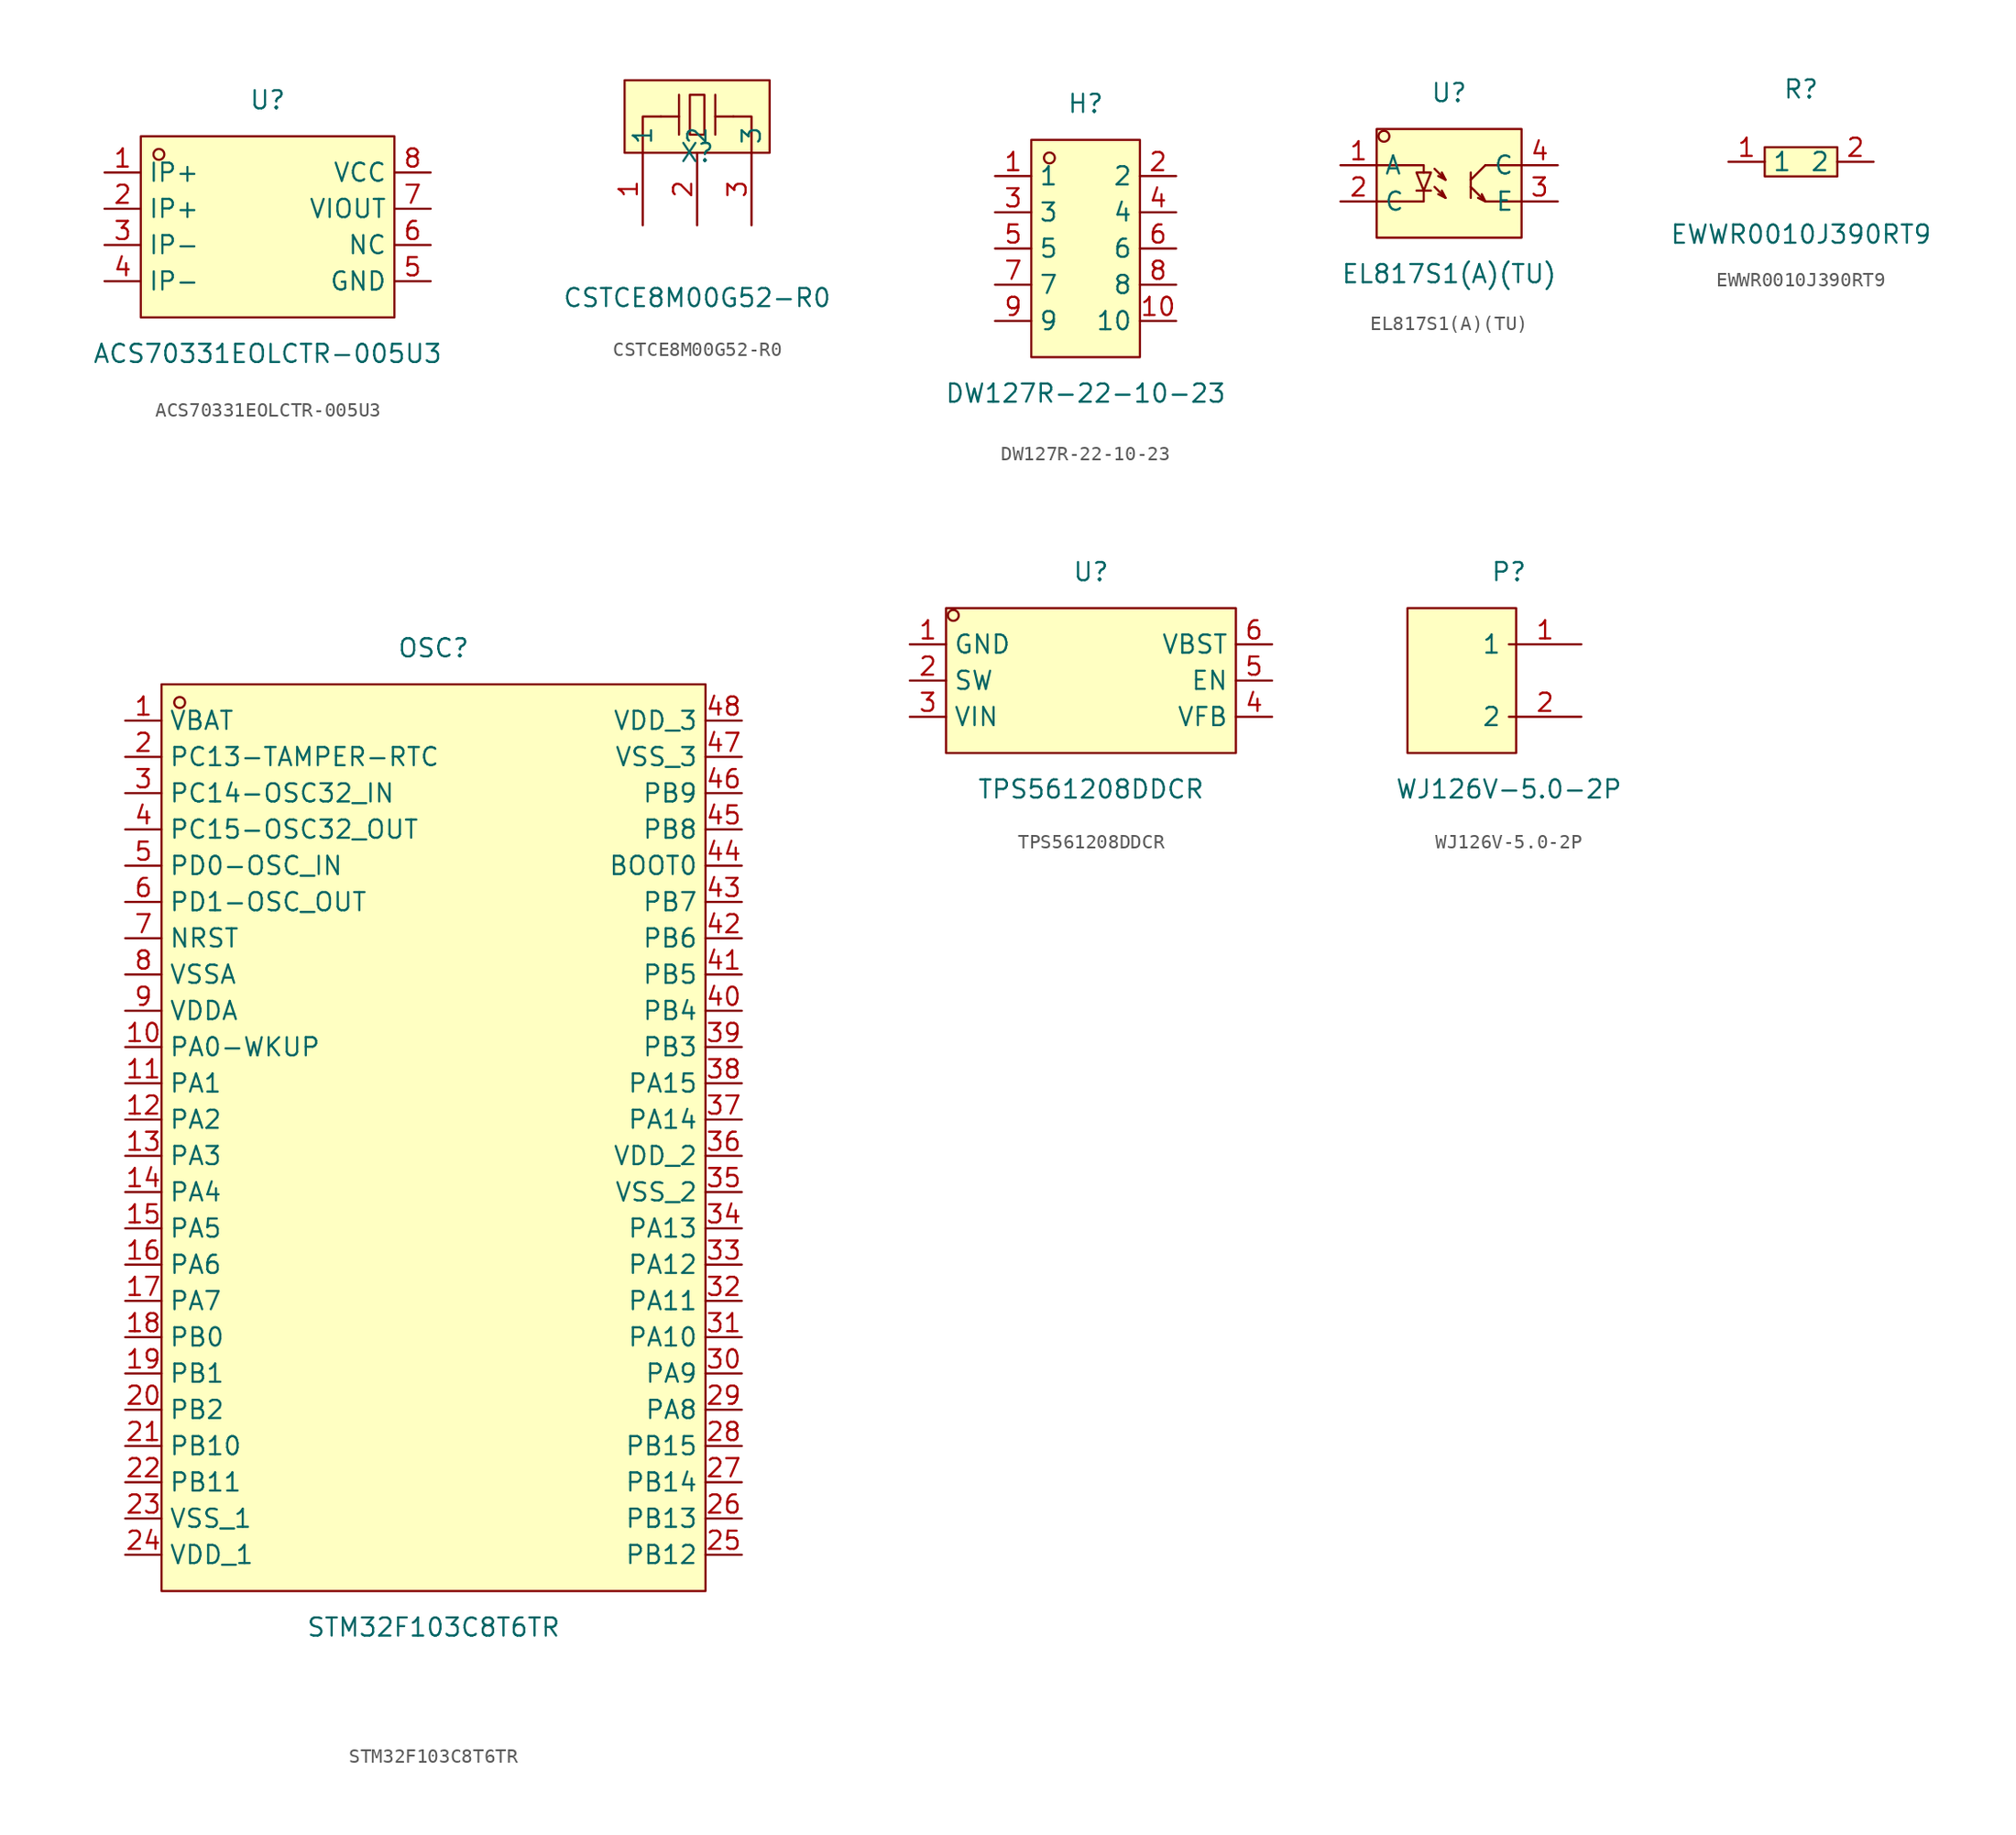
<source format=kicad_sym>
(kicad_symbol_lib
  (version 20211014)
  (generator https://github.com/uPesy/easyeda2kicad.py)
  (symbol "ACS70331EOLCTR-005U3"
    (property "Reference" "U"
      (at 0 8.89 0)
      (effects (font (size 1.27 1.27))))
    (property "Value" "ACS70331EOLCTR-005U3"
      (at 0 -8.89 0)
      (effects (font (size 1.27 1.27))))
    (symbol "ACS70331EOLCTR-005U3_0_1"
      (rectangle (start -8.89 6.35) (end 8.89 -6.35) (stroke (width 0) (type default) (color 0 0 0 0)) (fill (type background)))
      (circle (center -7.62 5.08) (radius 0.38) (stroke (width 0) (type default) (color 0 0 0 0)) (fill (type none)))
      (pin unspecified line (at -11.43 3.81 0) (length 2.54) (name "IP+" (effects (font (size 1.27 1.27)))) (number "1" (effects (font (size 1.27 1.27)))))
      (pin unspecified line (at -11.43 1.27 0) (length 2.54) (name "IP+" (effects (font (size 1.27 1.27)))) (number "2" (effects (font (size 1.27 1.27)))))
      (pin unspecified line (at -11.43 -1.27 0) (length 2.54) (name "IP-" (effects (font (size 1.27 1.27)))) (number "3" (effects (font (size 1.27 1.27)))))
      (pin unspecified line (at -11.43 -3.81 0) (length 2.54) (name "IP-" (effects (font (size 1.27 1.27)))) (number "4" (effects (font (size 1.27 1.27)))))
      (pin unspecified line (at 11.43 -3.81 180) (length 2.54) (name "GND" (effects (font (size 1.27 1.27)))) (number "5" (effects (font (size 1.27 1.27)))))
      (pin unspecified line (at 11.43 -1.27 180) (length 2.54) (name "NC" (effects (font (size 1.27 1.27)))) (number "6" (effects (font (size 1.27 1.27)))))
      (pin unspecified line (at 11.43 1.27 180) (length 2.54) (name "VIOUT" (effects (font (size 1.27 1.27)))) (number "7" (effects (font (size 1.27 1.27)))))
      (pin unspecified line (at 11.43 3.81 180) (length 2.54) (name "VCC" (effects (font (size 1.27 1.27)))) (number "8" (effects (font (size 1.27 1.27)))))))
  (symbol "CSTCE8M00G52-R0"
    (property "Reference" "X"
      (at 0 0.00 0)
      (effects (font (size 1.27 1.27))))
    (property "Value" "CSTCE8M00G52-R0"
      (at 0 -10.16 0)
      (effects (font (size 1.27 1.27))))
    (symbol "CSTCE8M00G52-R0_0_1"
      (rectangle (start -5.08 5.08) (end 5.08 0.00) (stroke (width 0) (type default) (color 0 0 0 0)) (fill (type background)))
      (polyline (pts (xy 0.51 1.27) (xy 0.00 1.27) (xy -0.51 1.27) (xy -0.51 4.06) (xy 0.51 4.06) (xy 0.51 1.27)) (stroke (width 0) (type default) (color 0 0 0 0)) (fill (type background)))
      (polyline (pts (xy 1.27 1.27) (xy 1.27 4.06)) (stroke (width 0) (type default) (color 0 0 0 0)) (fill (type none)))
      (polyline (pts (xy -1.27 1.27) (xy -1.27 4.06)) (stroke (width 0) (type default) (color 0 0 0 0)) (fill (type none)))
      (polyline (pts (xy -1.27 2.54) (xy -2.54 2.54)) (stroke (width 0) (type default) (color 0 0 0 0)) (fill (type none)))
      (polyline (pts (xy 1.27 2.54) (xy 2.54 2.54)) (stroke (width 0) (type default) (color 0 0 0 0)) (fill (type none)))
      (polyline (pts (xy -2.54 2.54) (xy -3.81 2.54) (xy -3.81 -0.00)) (stroke (width 0) (type default) (color 0 0 0 0)) (fill (type none)))
      (polyline (pts (xy 2.54 2.54) (xy 3.81 2.54) (xy 3.81 -0.00)) (stroke (width 0) (type default) (color 0 0 0 0)) (fill (type none)))
      (pin unspecified line (at -3.81 -5.08 90) (length 5.08) (name "1" (effects (font (size 1.27 1.27)))) (number "1" (effects (font (size 1.27 1.27)))))
      (pin unspecified line (at 0.00 -5.08 90) (length 5.08) (name "2" (effects (font (size 1.27 1.27)))) (number "2" (effects (font (size 1.27 1.27)))))
      (pin unspecified line (at 3.81 -5.08 90) (length 5.08) (name "3" (effects (font (size 1.27 1.27)))) (number "3" (effects (font (size 1.27 1.27)))))))
  (symbol "DW127R-22-10-23"
    (property "Reference" "H"
      (at 0 10.16 0)
      (effects (font (size 1.27 1.27))))
    (property "Value" "DW127R-22-10-23"
      (at 0 -10.16 0)
      (effects (font (size 1.27 1.27))))
    (symbol "DW127R-22-10-23_0_1"
      (rectangle (start -3.81 7.62) (end 3.81 -7.62) (stroke (width 0) (type default) (color 0 0 0 0)) (fill (type background)))
      (circle (center -2.54 6.35) (radius 0.38) (stroke (width 0) (type default) (color 0 0 0 0)) (fill (type none)))
      (pin unspecified line (at -6.35 5.08 0) (length 2.54) (name "1" (effects (font (size 1.27 1.27)))) (number "1" (effects (font (size 1.27 1.27)))))
      (pin unspecified line (at 6.35 -5.08 180) (length 2.54) (name "10" (effects (font (size 1.27 1.27)))) (number "10" (effects (font (size 1.27 1.27)))))
      (pin unspecified line (at -6.35 2.54 0) (length 2.54) (name "3" (effects (font (size 1.27 1.27)))) (number "3" (effects (font (size 1.27 1.27)))))
      (pin unspecified line (at 6.35 -2.54 180) (length 2.54) (name "8" (effects (font (size 1.27 1.27)))) (number "8" (effects (font (size 1.27 1.27)))))
      (pin unspecified line (at -6.35 -0.00 0) (length 2.54) (name "5" (effects (font (size 1.27 1.27)))) (number "5" (effects (font (size 1.27 1.27)))))
      (pin unspecified line (at 6.35 -0.00 180) (length 2.54) (name "6" (effects (font (size 1.27 1.27)))) (number "6" (effects (font (size 1.27 1.27)))))
      (pin unspecified line (at -6.35 -2.54 0) (length 2.54) (name "7" (effects (font (size 1.27 1.27)))) (number "7" (effects (font (size 1.27 1.27)))))
      (pin unspecified line (at 6.35 2.54 180) (length 2.54) (name "4" (effects (font (size 1.27 1.27)))) (number "4" (effects (font (size 1.27 1.27)))))
      (pin unspecified line (at -6.35 -5.08 0) (length 2.54) (name "9" (effects (font (size 1.27 1.27)))) (number "9" (effects (font (size 1.27 1.27)))))
      (pin unspecified line (at 6.35 5.08 180) (length 2.54) (name "2" (effects (font (size 1.27 1.27)))) (number "2" (effects (font (size 1.27 1.27)))))))
  (symbol "EL817S1(A)(TU)"
    (property "Reference" "U"
      (at 0 5.08 0)
      (effects (font (size 1.27 1.27))))
    (property "Value" "EL817S1(A)(TU)"
      (at 0 -7.62 0)
      (effects (font (size 1.27 1.27))))
    (symbol "EL817S1(A)(TU)_0_1"
      (rectangle (start -5.08 2.54) (end 5.08 -5.08) (stroke (width 0) (type default) (color 0 0 0 0)) (fill (type background)))
      (circle (center -4.57 2.03) (radius 0.38) (stroke (width 0) (type default) (color 0 0 0 0)) (fill (type none)))
      (polyline (pts (xy 1.52 -0.51) (xy 1.52 -2.29)) (stroke (width 0) (type default) (color 0 0 0 0)) (fill (type none)))
      (polyline (pts (xy 1.52 -1.02) (xy 2.54 -0.00)) (stroke (width 0) (type default) (color 0 0 0 0)) (fill (type none)))
      (polyline (pts (xy 1.78 -1.78) (xy 2.54 -2.54) (xy 2.29 -2.03)) (stroke (width 0) (type default) (color 0 0 0 0)) (fill (type none)))
      (polyline (pts (xy 2.54 -2.54) (xy 2.03 -2.29)) (stroke (width 0) (type default) (color 0 0 0 0)) (fill (type none)))
      (polyline (pts (xy -2.29 -0.51) (xy -1.27 -0.51) (xy -1.78 -1.78) (xy -2.29 -0.51)) (stroke (width 0) (type default) (color 0 0 0 0)) (fill (type background)))
      (polyline (pts (xy -2.29 -1.78) (xy -1.27 -1.78)) (stroke (width 0) (type default) (color 0 0 0 0)) (fill (type none)))
      (polyline (pts (xy -5.08 -0.00) (xy -1.78 -0.00) (xy -1.78 -0.51)) (stroke (width 0) (type default) (color 0 0 0 0)) (fill (type none)))
      (polyline (pts (xy -5.08 -2.54) (xy -1.78 -2.54) (xy -1.78 -1.78)) (stroke (width 0) (type default) (color 0 0 0 0)) (fill (type none)))
      (polyline (pts (xy 5.08 -0.00) (xy 2.54 -0.00)) (stroke (width 0) (type default) (color 0 0 0 0)) (fill (type none)))
      (polyline (pts (xy 5.08 -2.54) (xy 2.54 -2.54)) (stroke (width 0) (type default) (color 0 0 0 0)) (fill (type none)))
      (polyline (pts (xy 1.78 -1.78) (xy 1.52 -1.52)) (stroke (width 0) (type default) (color 0 0 0 0)) (fill (type none)))
      (polyline (pts (xy -1.02 -0.25) (xy -0.25 -1.02) (xy -0.51 -0.51)) (stroke (width 0) (type default) (color 0 0 0 0)) (fill (type none)))
      (polyline (pts (xy -0.25 -1.02) (xy -0.76 -0.76)) (stroke (width 0) (type default) (color 0 0 0 0)) (fill (type none)))
      (polyline (pts (xy -1.02 -1.52) (xy -0.25 -2.29) (xy -0.51 -1.78)) (stroke (width 0) (type default) (color 0 0 0 0)) (fill (type none)))
      (polyline (pts (xy -0.25 -2.29) (xy -0.76 -2.03)) (stroke (width 0) (type default) (color 0 0 0 0)) (fill (type none)))
      (pin unspecified line (at -7.62 -0.00 0) (length 2.54) (name "A" (effects (font (size 1.27 1.27)))) (number "1" (effects (font (size 1.27 1.27)))))
      (pin unspecified line (at -7.62 -2.54 0) (length 2.54) (name "C" (effects (font (size 1.27 1.27)))) (number "2" (effects (font (size 1.27 1.27)))))
      (pin unspecified line (at 7.62 -2.54 180) (length 2.54) (name "E" (effects (font (size 1.27 1.27)))) (number "3" (effects (font (size 1.27 1.27)))))
      (pin unspecified line (at 7.62 -0.00 180) (length 2.54) (name "C" (effects (font (size 1.27 1.27)))) (number "4" (effects (font (size 1.27 1.27)))))))
  (symbol "EWWR0010J390RT9"
    (property "Reference" "R"
      (at 0 5.08 0)
      (effects (font (size 1.27 1.27))))
    (property "Value" "EWWR0010J390RT9"
      (at 0 -5.08 0)
      (effects (font (size 1.27 1.27))))
    (symbol "EWWR0010J390RT9_0_1"
      (rectangle (start -2.54 1.02) (end 2.54 -1.02) (stroke (width 0) (type default) (color 0 0 0 0)) (fill (type background)))
      (pin unspecified line (at 5.08 -0.00 180) (length 2.54) (name "2" (effects (font (size 1.27 1.27)))) (number "2" (effects (font (size 1.27 1.27)))))
      (pin unspecified line (at -5.08 -0.00 0) (length 2.54) (name "1" (effects (font (size 1.27 1.27)))) (number "1" (effects (font (size 1.27 1.27)))))))
  (symbol "STM32F103C8T6TR"
    (property "Reference" "OSC"
      (at 0 34.29 0)
      (effects (font (size 1.27 1.27))))
    (property "Value" "STM32F103C8T6TR"
      (at 0 -34.29 0)
      (effects (font (size 1.27 1.27))))
    (symbol "STM32F103C8T6TR_0_1"
      (rectangle (start -19.05 31.75) (end 19.05 -31.75) (stroke (width 0) (type default) (color 0 0 0 0)) (fill (type background)))
      (circle (center -17.78 30.48) (radius 0.38) (stroke (width 0) (type default) (color 0 0 0 0)) (fill (type none)))
      (pin unspecified line (at -21.59 29.21 0) (length 2.54) (name "VBAT" (effects (font (size 1.27 1.27)))) (number "1" (effects (font (size 1.27 1.27)))))
      (pin unspecified line (at -21.59 26.67 0) (length 2.54) (name "PC13-TAMPER-RTC" (effects (font (size 1.27 1.27)))) (number "2" (effects (font (size 1.27 1.27)))))
      (pin unspecified line (at -21.59 24.13 0) (length 2.54) (name "PC14-OSC32_IN" (effects (font (size 1.27 1.27)))) (number "3" (effects (font (size 1.27 1.27)))))
      (pin unspecified line (at -21.59 21.59 0) (length 2.54) (name "PC15-OSC32_OUT" (effects (font (size 1.27 1.27)))) (number "4" (effects (font (size 1.27 1.27)))))
      (pin unspecified line (at -21.59 19.05 0) (length 2.54) (name "PD0-OSC_IN" (effects (font (size 1.27 1.27)))) (number "5" (effects (font (size 1.27 1.27)))))
      (pin unspecified line (at -21.59 16.51 0) (length 2.54) (name "PD1-OSC_OUT" (effects (font (size 1.27 1.27)))) (number "6" (effects (font (size 1.27 1.27)))))
      (pin unspecified line (at -21.59 13.97 0) (length 2.54) (name "NRST" (effects (font (size 1.27 1.27)))) (number "7" (effects (font (size 1.27 1.27)))))
      (pin unspecified line (at -21.59 11.43 0) (length 2.54) (name "VSSA" (effects (font (size 1.27 1.27)))) (number "8" (effects (font (size 1.27 1.27)))))
      (pin unspecified line (at -21.59 8.89 0) (length 2.54) (name "VDDA" (effects (font (size 1.27 1.27)))) (number "9" (effects (font (size 1.27 1.27)))))
      (pin unspecified line (at -21.59 6.35 0) (length 2.54) (name "PA0-WKUP" (effects (font (size 1.27 1.27)))) (number "10" (effects (font (size 1.27 1.27)))))
      (pin unspecified line (at -21.59 3.81 0) (length 2.54) (name "PA1" (effects (font (size 1.27 1.27)))) (number "11" (effects (font (size 1.27 1.27)))))
      (pin unspecified line (at -21.59 1.27 0) (length 2.54) (name "PA2" (effects (font (size 1.27 1.27)))) (number "12" (effects (font (size 1.27 1.27)))))
      (pin unspecified line (at -21.59 -1.27 0) (length 2.54) (name "PA3" (effects (font (size 1.27 1.27)))) (number "13" (effects (font (size 1.27 1.27)))))
      (pin unspecified line (at -21.59 -3.81 0) (length 2.54) (name "PA4" (effects (font (size 1.27 1.27)))) (number "14" (effects (font (size 1.27 1.27)))))
      (pin unspecified line (at -21.59 -6.35 0) (length 2.54) (name "PA5" (effects (font (size 1.27 1.27)))) (number "15" (effects (font (size 1.27 1.27)))))
      (pin unspecified line (at -21.59 -8.89 0) (length 2.54) (name "PA6" (effects (font (size 1.27 1.27)))) (number "16" (effects (font (size 1.27 1.27)))))
      (pin unspecified line (at -21.59 -11.43 0) (length 2.54) (name "PA7" (effects (font (size 1.27 1.27)))) (number "17" (effects (font (size 1.27 1.27)))))
      (pin unspecified line (at -21.59 -13.97 0) (length 2.54) (name "PB0" (effects (font (size 1.27 1.27)))) (number "18" (effects (font (size 1.27 1.27)))))
      (pin unspecified line (at -21.59 -16.51 0) (length 2.54) (name "PB1" (effects (font (size 1.27 1.27)))) (number "19" (effects (font (size 1.27 1.27)))))
      (pin unspecified line (at -21.59 -19.05 0) (length 2.54) (name "PB2" (effects (font (size 1.27 1.27)))) (number "20" (effects (font (size 1.27 1.27)))))
      (pin unspecified line (at -21.59 -21.59 0) (length 2.54) (name "PB10" (effects (font (size 1.27 1.27)))) (number "21" (effects (font (size 1.27 1.27)))))
      (pin unspecified line (at -21.59 -24.13 0) (length 2.54) (name "PB11" (effects (font (size 1.27 1.27)))) (number "22" (effects (font (size 1.27 1.27)))))
      (pin unspecified line (at -21.59 -26.67 0) (length 2.54) (name "VSS_1" (effects (font (size 1.27 1.27)))) (number "23" (effects (font (size 1.27 1.27)))))
      (pin unspecified line (at -21.59 -29.21 0) (length 2.54) (name "VDD_1" (effects (font (size 1.27 1.27)))) (number "24" (effects (font (size 1.27 1.27)))))
      (pin unspecified line (at 21.59 -29.21 180) (length 2.54) (name "PB12" (effects (font (size 1.27 1.27)))) (number "25" (effects (font (size 1.27 1.27)))))
      (pin unspecified line (at 21.59 -26.67 180) (length 2.54) (name "PB13" (effects (font (size 1.27 1.27)))) (number "26" (effects (font (size 1.27 1.27)))))
      (pin unspecified line (at 21.59 -24.13 180) (length 2.54) (name "PB14" (effects (font (size 1.27 1.27)))) (number "27" (effects (font (size 1.27 1.27)))))
      (pin unspecified line (at 21.59 -21.59 180) (length 2.54) (name "PB15" (effects (font (size 1.27 1.27)))) (number "28" (effects (font (size 1.27 1.27)))))
      (pin unspecified line (at 21.59 -19.05 180) (length 2.54) (name "PA8" (effects (font (size 1.27 1.27)))) (number "29" (effects (font (size 1.27 1.27)))))
      (pin unspecified line (at 21.59 -16.51 180) (length 2.54) (name "PA9" (effects (font (size 1.27 1.27)))) (number "30" (effects (font (size 1.27 1.27)))))
      (pin unspecified line (at 21.59 -13.97 180) (length 2.54) (name "PA10" (effects (font (size 1.27 1.27)))) (number "31" (effects (font (size 1.27 1.27)))))
      (pin unspecified line (at 21.59 -11.43 180) (length 2.54) (name "PA11" (effects (font (size 1.27 1.27)))) (number "32" (effects (font (size 1.27 1.27)))))
      (pin unspecified line (at 21.59 -8.89 180) (length 2.54) (name "PA12" (effects (font (size 1.27 1.27)))) (number "33" (effects (font (size 1.27 1.27)))))
      (pin unspecified line (at 21.59 -6.35 180) (length 2.54) (name "PA13" (effects (font (size 1.27 1.27)))) (number "34" (effects (font (size 1.27 1.27)))))
      (pin unspecified line (at 21.59 -3.81 180) (length 2.54) (name "VSS_2" (effects (font (size 1.27 1.27)))) (number "35" (effects (font (size 1.27 1.27)))))
      (pin unspecified line (at 21.59 -1.27 180) (length 2.54) (name "VDD_2" (effects (font (size 1.27 1.27)))) (number "36" (effects (font (size 1.27 1.27)))))
      (pin unspecified line (at 21.59 1.27 180) (length 2.54) (name "PA14" (effects (font (size 1.27 1.27)))) (number "37" (effects (font (size 1.27 1.27)))))
      (pin unspecified line (at 21.59 3.81 180) (length 2.54) (name "PA15" (effects (font (size 1.27 1.27)))) (number "38" (effects (font (size 1.27 1.27)))))
      (pin unspecified line (at 21.59 6.35 180) (length 2.54) (name "PB3" (effects (font (size 1.27 1.27)))) (number "39" (effects (font (size 1.27 1.27)))))
      (pin unspecified line (at 21.59 8.89 180) (length 2.54) (name "PB4" (effects (font (size 1.27 1.27)))) (number "40" (effects (font (size 1.27 1.27)))))
      (pin unspecified line (at 21.59 11.43 180) (length 2.54) (name "PB5" (effects (font (size 1.27 1.27)))) (number "41" (effects (font (size 1.27 1.27)))))
      (pin unspecified line (at 21.59 13.97 180) (length 2.54) (name "PB6" (effects (font (size 1.27 1.27)))) (number "42" (effects (font (size 1.27 1.27)))))
      (pin unspecified line (at 21.59 16.51 180) (length 2.54) (name "PB7" (effects (font (size 1.27 1.27)))) (number "43" (effects (font (size 1.27 1.27)))))
      (pin unspecified line (at 21.59 19.05 180) (length 2.54) (name "BOOT0" (effects (font (size 1.27 1.27)))) (number "44" (effects (font (size 1.27 1.27)))))
      (pin unspecified line (at 21.59 21.59 180) (length 2.54) (name "PB8" (effects (font (size 1.27 1.27)))) (number "45" (effects (font (size 1.27 1.27)))))
      (pin unspecified line (at 21.59 24.13 180) (length 2.54) (name "PB9" (effects (font (size 1.27 1.27)))) (number "46" (effects (font (size 1.27 1.27)))))
      (pin unspecified line (at 21.59 26.67 180) (length 2.54) (name "VSS_3" (effects (font (size 1.27 1.27)))) (number "47" (effects (font (size 1.27 1.27)))))
      (pin unspecified line (at 21.59 29.21 180) (length 2.54) (name "VDD_3" (effects (font (size 1.27 1.27)))) (number "48" (effects (font (size 1.27 1.27)))))))
  (symbol "TPS561208DDCR"
    (property "Reference" "U"
      (at 0 7.62 0)
      (effects (font (size 1.27 1.27))))
    (property "Value" "TPS561208DDCR"
      (at 0 -7.62 0)
      (effects (font (size 1.27 1.27))))
    (symbol "TPS561208DDCR_0_1"
      (rectangle (start -10.16 5.08) (end 10.16 -5.08) (stroke (width 0) (type default) (color 0 0 0 0)) (fill (type background)))
      (circle (center -9.65 4.57) (radius 0.38) (stroke (width 0) (type default) (color 0 0 0 0)) (fill (type none)))
      (pin unspecified line (at -12.70 2.54 0) (length 2.54) (name "GND" (effects (font (size 1.27 1.27)))) (number "1" (effects (font (size 1.27 1.27)))))
      (pin unspecified line (at -12.70 -0.00 0) (length 2.54) (name "SW" (effects (font (size 1.27 1.27)))) (number "2" (effects (font (size 1.27 1.27)))))
      (pin unspecified line (at -12.70 -2.54 0) (length 2.54) (name "VIN" (effects (font (size 1.27 1.27)))) (number "3" (effects (font (size 1.27 1.27)))))
      (pin unspecified line (at 12.70 -2.54 180) (length 2.54) (name "VFB" (effects (font (size 1.27 1.27)))) (number "4" (effects (font (size 1.27 1.27)))))
      (pin unspecified line (at 12.70 -0.00 180) (length 2.54) (name "EN" (effects (font (size 1.27 1.27)))) (number "5" (effects (font (size 1.27 1.27)))))
      (pin unspecified line (at 12.70 2.54 180) (length 2.54) (name "VBST" (effects (font (size 1.27 1.27)))) (number "6" (effects (font (size 1.27 1.27)))))))
  (symbol "WJ126V-5.0-2P"
    (property "Reference" "P"
      (at 0 7.62 0)
      (effects (font (size 1.27 1.27))))
    (property "Value" "WJ126V-5.0-2P"
      (at 0 -7.62 0)
      (effects (font (size 1.27 1.27))))
    (symbol "WJ126V-5.0-2P_0_1"
      (rectangle (start -7.11 5.08) (end 0.51 -5.08) (stroke (width 0) (type default) (color 0 0 0 0)) (fill (type background)))
      (pin input line (at 5.08 2.54 180) (length 5.08) (name "1" (effects (font (size 1.27 1.27)))) (number "1" (effects (font (size 1.27 1.27)))))
      (pin input line (at 5.08 -2.54 180) (length 5.08) (name "2" (effects (font (size 1.27 1.27)))) (number "2" (effects (font (size 1.27 1.27))))))))
</source>
